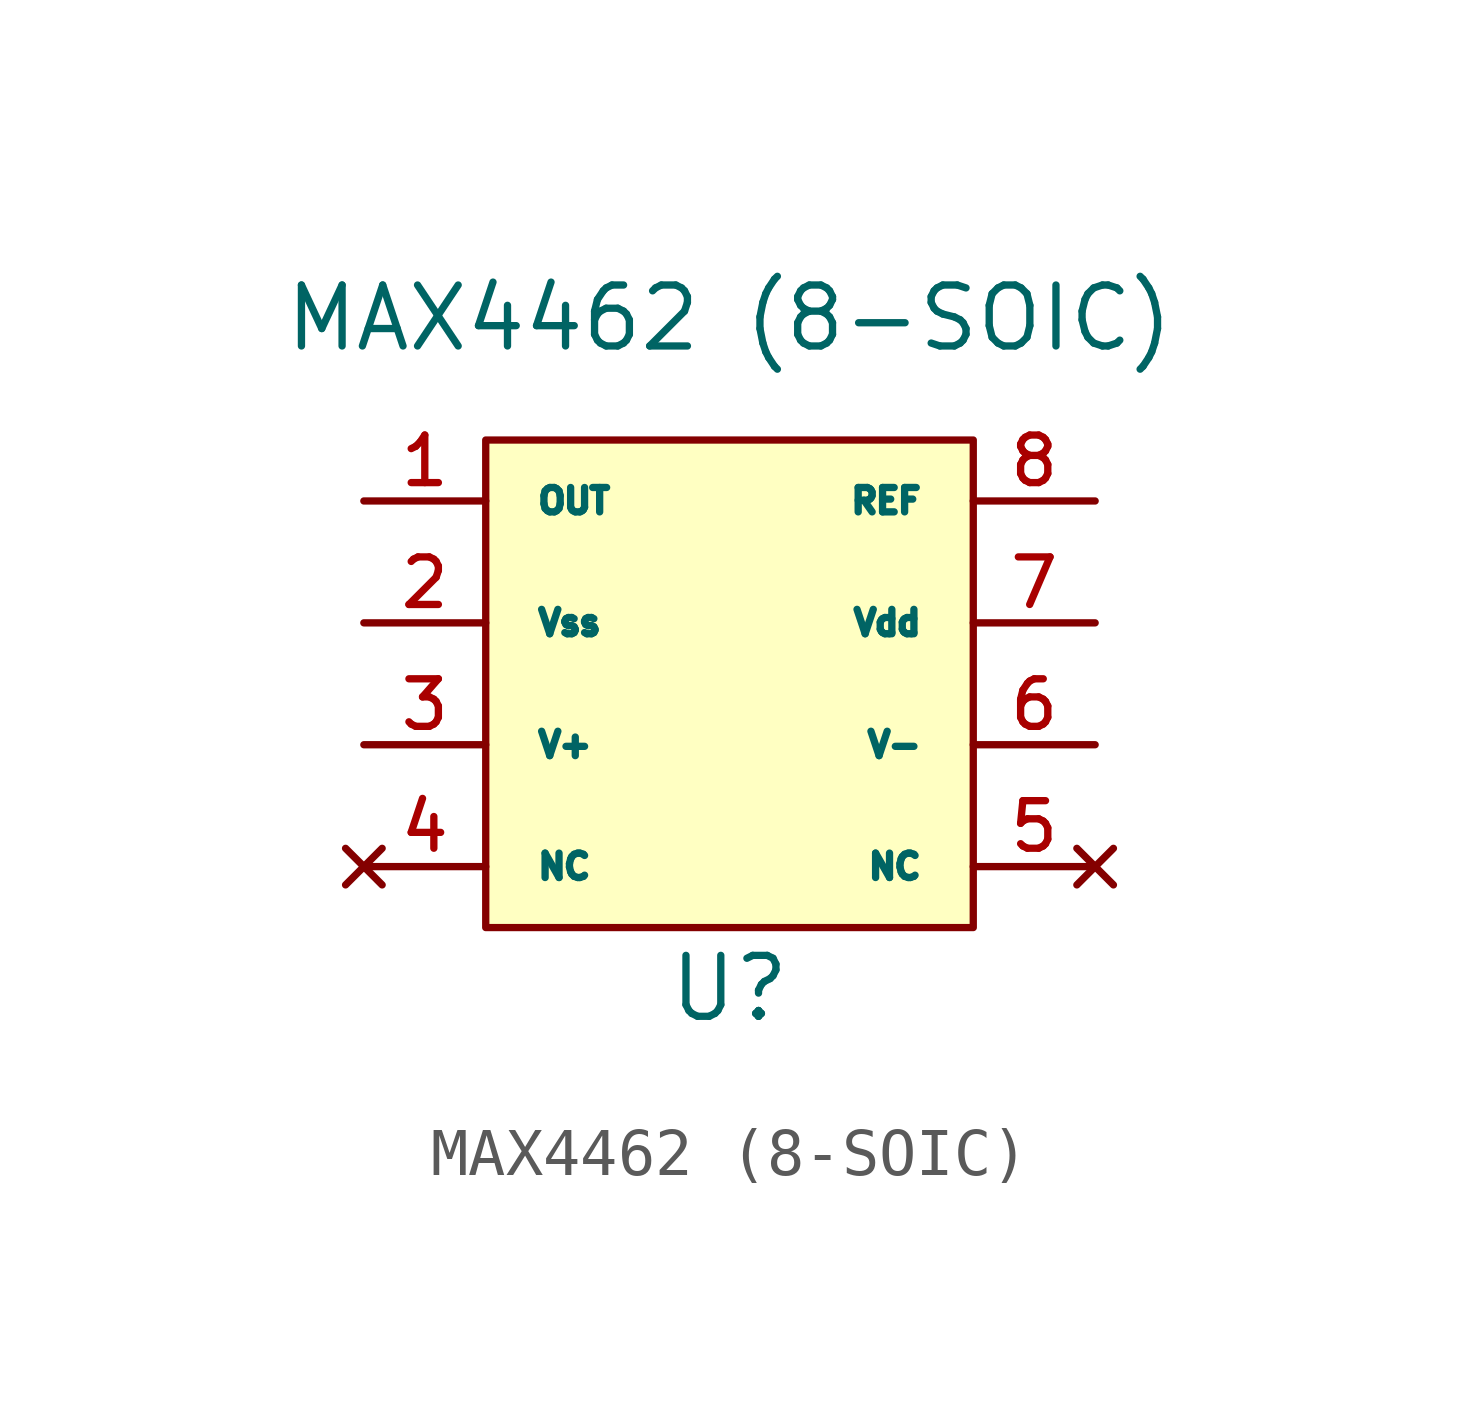
<source format=kicad_sym>
(kicad_symbol_lib
  (version 20211014)
  (generator kicad_symbol_editor)
  (symbol "MAX4462 (8-SOIC)"
    (pin_names
      (offset 1.016))
    (property "Reference" "U"
      (at 0 -6.35 0)
      (effects (font (size 1.27 1.27))))
    (property "Value" "MAX4462 (8-SOIC)"
      (at 0 7.62 0)
      (effects (font (size 1.27 1.27))))
    (symbol "MAX4462 (8-SOIC)_0_1"
      (rectangle (start -5.08 5.08) (end 5.08 -5.08) (stroke (width 0) (type default) (color 0 0 0 0)) (fill (type background))))
    (symbol "MAX4462 (8-SOIC)_1_1"
      (pin input line (at -7.62 3.81 0) (length 2.54) (name "OUT" (effects (font (size 0.508 0.508)))) (number "1" (effects (font (size 0.991 0.991)))))
      (pin power_in line (at -7.62 1.27 0) (length 2.54) (name "Vss" (effects (font (size 0.508 0.508)))) (number "2" (effects (font (size 0.991 0.991)))))
      (pin input line (at -7.62 -1.27 0) (length 2.54) (name "V+" (effects (font (size 0.508 0.508)))) (number "3" (effects (font (size 0.991 0.991)))))
      (pin no_connect line (at -7.62 -3.81 0) (length 2.54) (name "NC" (effects (font (size 0.508 0.508)))) (number "4" (effects (font (size 0.991 0.991)))))
      (pin no_connect line (at 7.62 -3.81 180) (length 2.54) (name "NC" (effects (font (size 0.508 0.508)))) (number "5" (effects (font (size 0.991 0.991)))))
      (pin input line (at 7.62 -1.27 180) (length 2.54) (name "V-" (effects (font (size 0.508 0.508)))) (number "6" (effects (font (size 0.991 0.991)))))
      (pin power_in line (at 7.62 1.27 180) (length 2.54) (name "Vdd" (effects (font (size 0.508 0.508)))) (number "7" (effects (font (size 0.991 0.991)))))
      (pin input line (at 7.62 3.81 180) (length 2.54) (name "REF" (effects (font (size 0.508 0.508)))) (number "8" (effects (font (size 0.991 0.991))))))))
</source>
